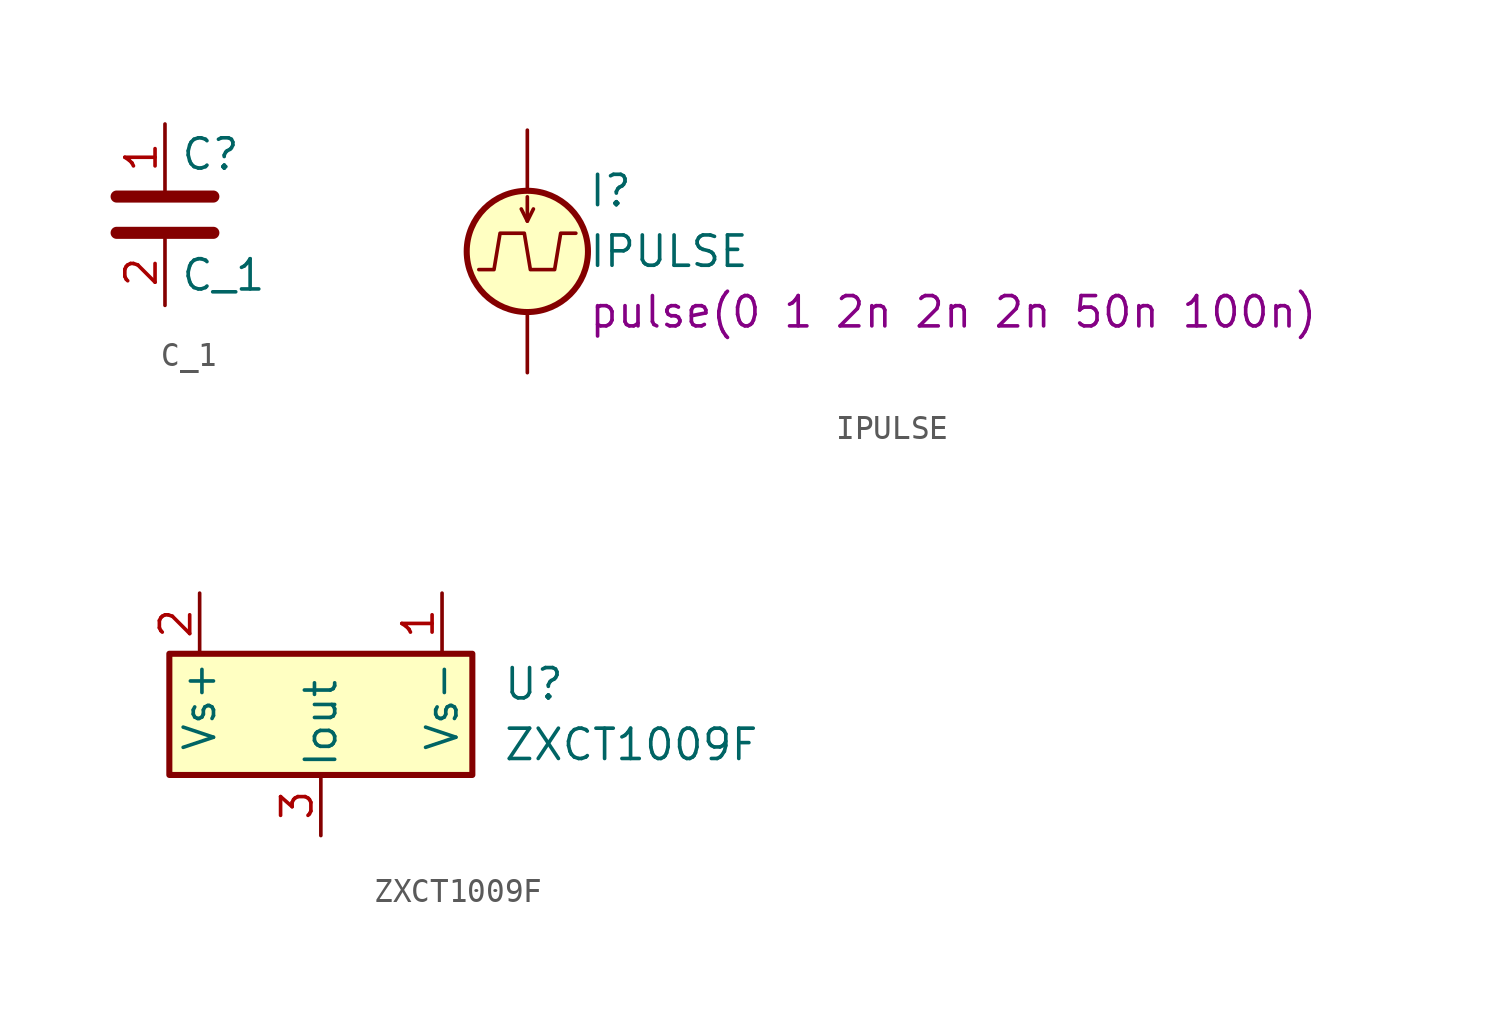
<source format=kicad_sym>
(kicad_symbol_lib
  (version 20231120)
  (generator "kicad_symbol_editor")
  (generator_version "8.0")
  (symbol "C_1"
    (pin_names
      (offset 0.254) hide)
    (property "Reference" "C"
      (at 0.635 2.54 0)
      (effects (font (size 1.27 1.27)) (justify left)))
    (property "Value" "C_1"
      (at 0.635 -2.54 0)
      (effects (font (size 1.27 1.27)) (justify left)))
    (symbol "C_1_0_1"
      (polyline (pts (xy -2.032 -0.762) (xy 2.032 -0.762)) (stroke (width 0.508) (type default)) (fill (type none)))
      (polyline (pts (xy -2.032 0.762) (xy 2.032 0.762)) (stroke (width 0.508) (type default)) (fill (type none))))
    (symbol "C_1_1_1"
      (pin passive line (at 0 3.81 270) (length 2.794) (name "~" (effects (font (size 1.27 1.27)))) (number "1" (effects (font (size 1.27 1.27)))))
      (pin passive line (at 0 -3.81 90) (length 2.794) (name "~" (effects (font (size 1.27 1.27)))) (number "2" (effects (font (size 1.27 1.27)))))))
  (symbol "IPULSE"
    (pin_numbers hide)
    (pin_names
      (offset 0.025))
    (property "Reference" "I"
      (at 2.54 2.54 0)
      (effects (font (size 1.27 1.27)) (justify left)))
    (property "Value" "IPULSE"
      (at 2.54 0 0)
      (effects (font (size 1.27 1.27)) (justify left)))
    (property "Spice_Model" "pulse(0 1 2n 2n 2n 50n 100n)"
      (at 2.54 -2.54 0)
      (effects (font (size 1.27 1.27)) (justify left)))
    (symbol "IPULSE_0_0"
      (polyline (pts (xy -2.032 -0.762) (xy -1.397 -0.762) (xy -1.143 0.762) (xy -0.127 0.762) (xy 0.127 -0.762) (xy 1.143 -0.762) (xy 1.397 0.762) (xy 2.032 0.762)) (stroke (width 0) (type default)) (fill (type none))))
    (symbol "IPULSE_0_1"
      (polyline (pts (xy 0 1.27) (xy 0 2.286)) (stroke (width 0) (type default)) (fill (type none)))
      (polyline (pts (xy -0.254 1.778) (xy 0 1.27) (xy 0.254 1.778)) (stroke (width 0) (type default)) (fill (type none)))
      (circle (center 0 0) (radius 2.54) (stroke (width 0.254) (type default)) (fill (type background))))
    (symbol "IPULSE_1_1"
      (pin passive line (at 0 5.08 270) (length 2.54) (name "~" (effects (font (size 1.27 1.27)))) (number "1" (effects (font (size 1.27 1.27)))))
      (pin passive line (at 0 -5.08 90) (length 2.54) (name "~" (effects (font (size 1.27 1.27)))) (number "2" (effects (font (size 1.27 1.27)))))))
  (symbol "ZXCT1009F"
    (pin_names
      (offset 0.254))
    (property "Reference" "U"
      (at 7.62 1.27 0)
      (effects (font (size 1.27 1.27)) (justify left)))
    (property "Value" "ZXCT1009F"
      (at 7.62 -1.27 0)
      (effects (font (size 1.27 1.27)) (justify left)))
    (symbol "ZXCT1009F_0_1"
      (rectangle (start -6.35 2.54) (end 6.35 -2.54) (stroke (width 0.254) (type default)) (fill (type background))))
    (symbol "ZXCT1009F_1_1"
      (pin passive line (at 5.08 5.08 270) (length 2.54) (name "Vs-" (effects (font (size 1.27 1.27)))) (number "1" (effects (font (size 1.27 1.27)))))
      (pin passive line (at -5.08 5.08 270) (length 2.54) (name "Vs+" (effects (font (size 1.27 1.27)))) (number "2" (effects (font (size 1.27 1.27)))))
      (pin passive line (at 0 -5.08 90) (length 2.54) (name "Iout" (effects (font (size 1.27 1.27)))) (number "3" (effects (font (size 1.27 1.27))))))))
</source>
